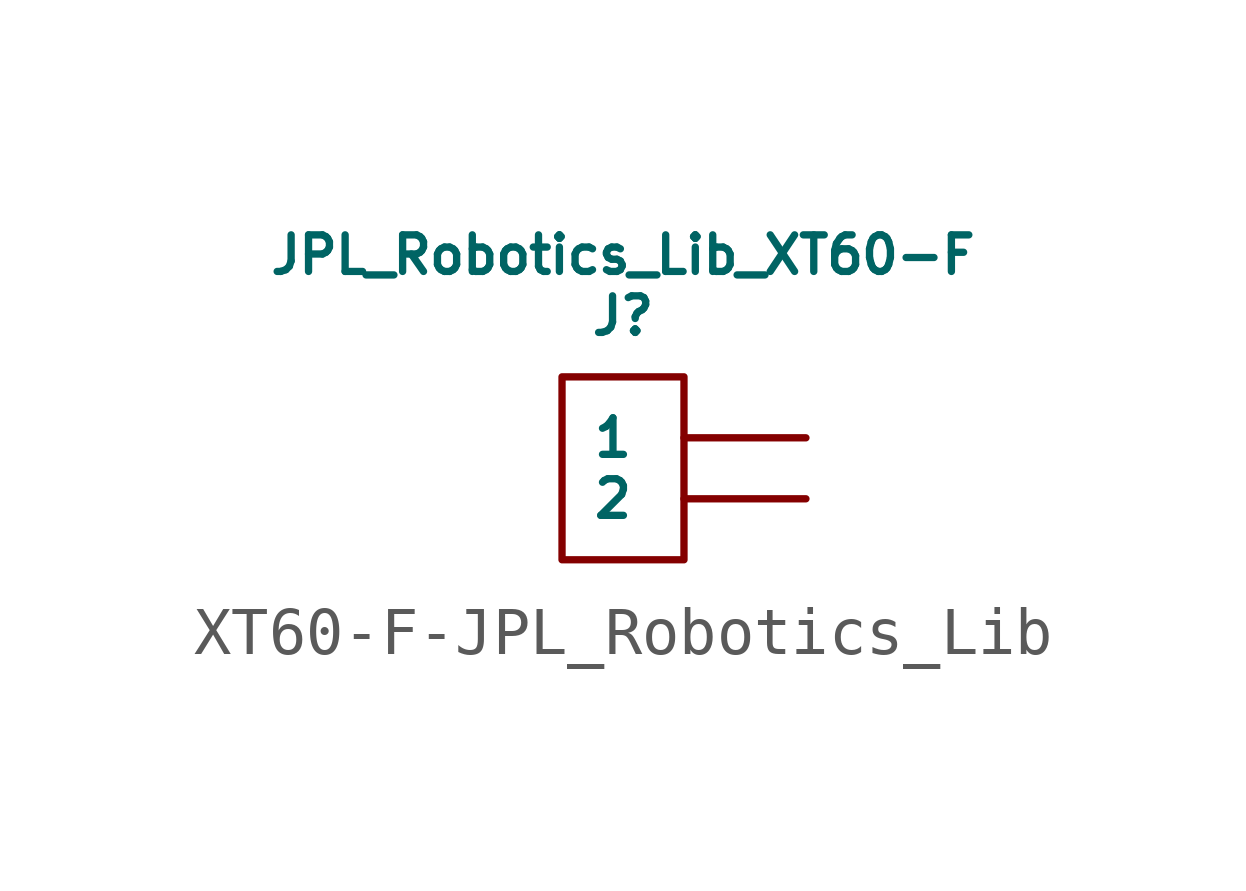
<source format=kicad_sym>
(kicad_symbol_lib
  (version 20231120)
  (generator "kicad_symbol_editor")
  (generator_version "8.0")
  (symbol "XT60-F-JPL_Robotics_Lib"
    (pin_numbers hide)
    (pin_names
      (offset 1.016))
    (property "Reference" "J"
      (at 0 5.08 0)
      (effects (font (size 0.762 0.762))))
    (property "Value" "JPL_Robotics_Lib_XT60-F"
      (at 0 6.35 0)
      (effects (font (size 0.762 0.762))))
    (symbol "XT60-F-JPL_Robotics_Lib_0_1"
      (rectangle (start 1.27 0) (end -1.27 3.81) (stroke (width 0) (type solid)) (fill (type none))))
    (symbol "XT60-F-JPL_Robotics_Lib_1_1"
      (pin passive line (at 3.81 2.54 180) (length 2.54) (name "1" (effects (font (size 0.762 0.762)))) (number "1" (effects (font (size 0.762 0.762)))))
      (pin passive line (at 3.81 1.27 180) (length 2.54) (name "2" (effects (font (size 0.762 0.762)))) (number "2" (effects (font (size 0.762 0.762))))))))
</source>
